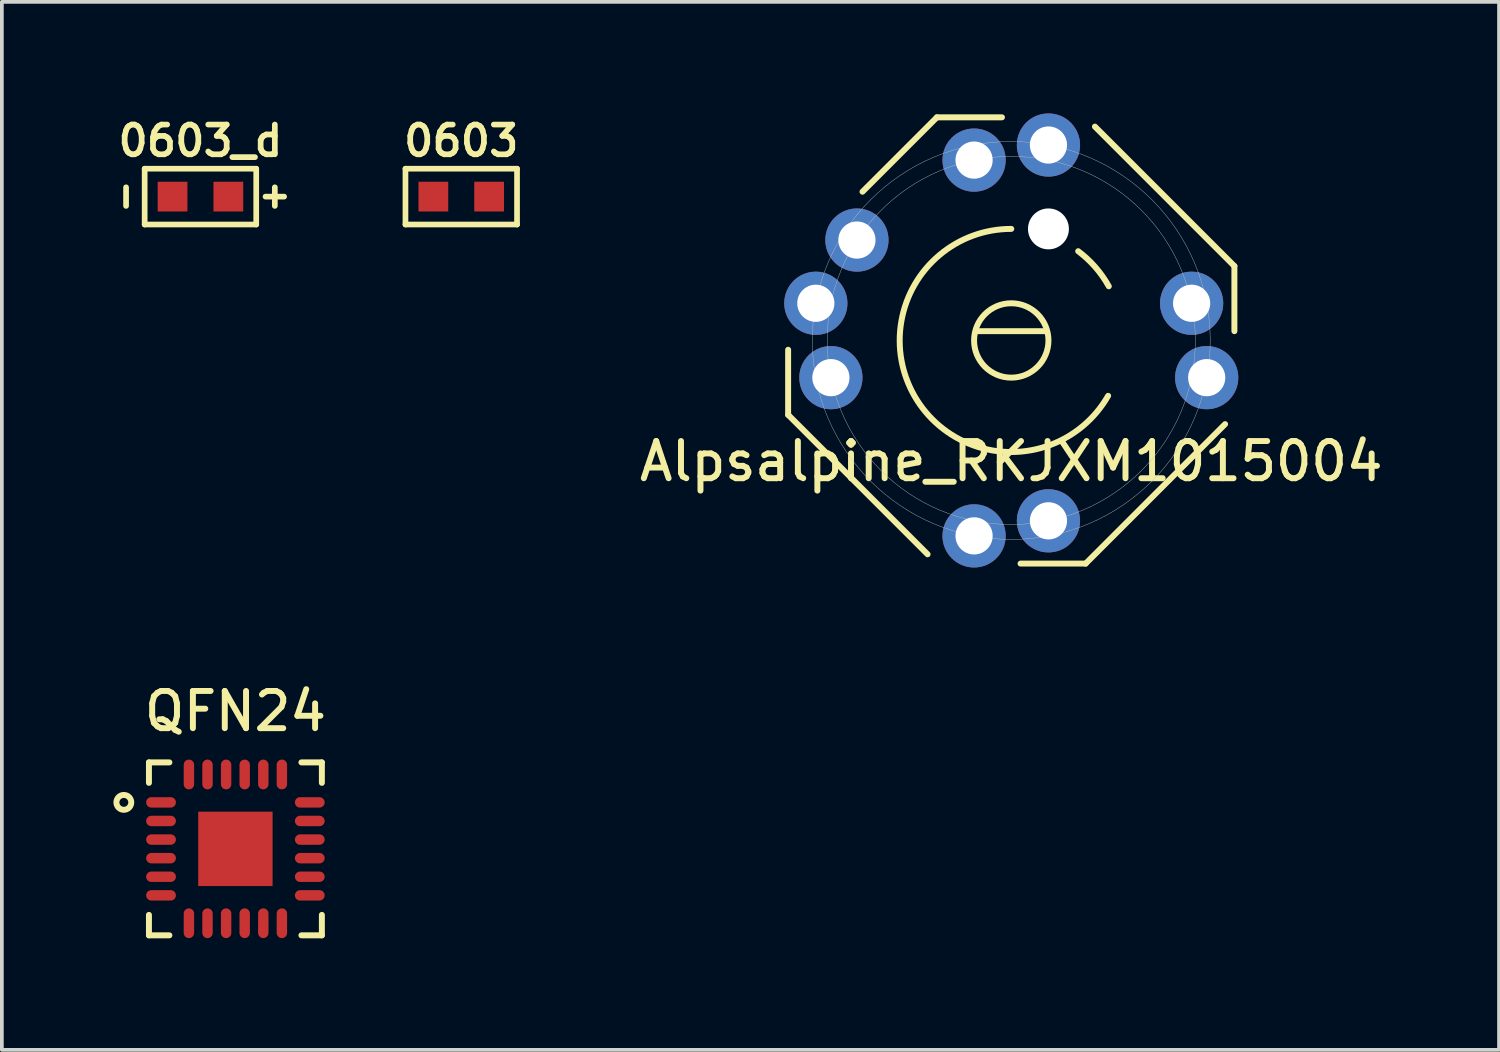
<source format=kicad_pcb>
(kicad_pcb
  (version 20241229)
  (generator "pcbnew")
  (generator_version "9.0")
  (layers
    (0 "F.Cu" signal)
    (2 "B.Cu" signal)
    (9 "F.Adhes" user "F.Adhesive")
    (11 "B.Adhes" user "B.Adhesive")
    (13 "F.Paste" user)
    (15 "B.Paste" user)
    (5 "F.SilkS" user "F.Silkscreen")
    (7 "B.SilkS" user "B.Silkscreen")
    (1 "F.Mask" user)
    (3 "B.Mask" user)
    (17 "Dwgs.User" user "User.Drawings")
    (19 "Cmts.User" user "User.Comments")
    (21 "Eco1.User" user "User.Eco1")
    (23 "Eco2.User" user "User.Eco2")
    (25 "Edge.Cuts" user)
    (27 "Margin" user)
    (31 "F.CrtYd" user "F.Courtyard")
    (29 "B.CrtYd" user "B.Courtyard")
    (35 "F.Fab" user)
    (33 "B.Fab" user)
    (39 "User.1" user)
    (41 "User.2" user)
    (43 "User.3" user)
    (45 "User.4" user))
  (footprint "Alpsalpine_RKJXM1015004"
    (layer "F.Cu")
    (at 24.143 6.105)
    (property "Reference" "Alpsalpine_RKJXM1015004" (at 0 3.25 0) (layer "F.SilkS") (effects (font (size 1 1) (thickness 0.16))))
    (attr through_hole)
    (fp_line (start -6 2) (end -6 0.25) (stroke (width 0.16) (type default)) (layer "F.SilkS"))
    (fp_line (start -4 -4) (end -2 -6) (stroke (width 0.16) (type default)) (layer "F.SilkS"))
    (fp_line (start -2.25 5.75) (end -6 2) (stroke (width 0.16) (type default)) (layer "F.SilkS"))
    (fp_line (start -2 -6) (end -0.25 -6) (stroke (width 0.16) (type default)) (layer "F.SilkS"))
    (fp_line (start -0.9 -0.25) (end 0.9 -0.25) (stroke (width 0.16) (type default)) (layer "F.SilkS"))
    (fp_line (start 2 6) (end 0.25 6) (stroke (width 0.16) (type default)) (layer "F.SilkS"))
    (fp_line (start 2.25 -5.75) (end 6 -2) (stroke (width 0.16) (type default)) (layer "F.SilkS"))
    (fp_line (start 5.75 2.25) (end 2 6) (stroke (width 0.16) (type default)) (layer "F.SilkS"))
    (fp_line (start 6 -2) (end 6 -0.25) (stroke (width 0.16) (type default)) (layer "F.SilkS"))
    (fp_arc (start 1.8 -2.4) (mid 2.260953 -1.971824) (end 2.622472 -1.456929) (stroke (width 0.16) (type default)) (layer "F.SilkS"))
    (fp_arc (start 2.604729 1.488417) (mid -2.59473 1.50578) (end 0 -3) (stroke (width 0.16) (type default)) (layer "F.SilkS"))
    (fp_circle (center 0 0) (end 1 0) (stroke (width 0.16) (type default)) (fill no) (layer "F.SilkS"))
    (fp_circle (center 0 0) (end 4.95 0) (stroke (width 0.01) (type solid)) (fill no) (layer "Dwgs.User"))
    (fp_circle (center 0 0) (end 5.35 0) (stroke (width 0.01) (type solid)) (fill no) (layer "Dwgs.User"))
    (pad "" np_thru_hole circle (at 1 -3) (size 1.1 1.1) (drill 1.1) (layers "*.Cu" "*.Mask"))
    (pad "1" thru_hole circle (at 1 4.85) (size 1.7 1.7) (drill 1) (layers "*.Cu" "*.Mask"))
    (pad "2" thru_hole circle (at 4.85 -1) (size 1.7 1.7) (drill 1) (layers "*.Cu" "*.Mask"))
    (pad "3" thru_hole circle (at -1 -4.85) (size 1.7 1.7) (drill 1) (layers "*.Cu" "*.Mask"))
    (pad "4" thru_hole circle (at -4.85 1) (size 1.7 1.7) (drill 1) (layers "*.Cu" "*.Mask"))
    (pad "5" thru_hole circle (at -5.255 -1) (size 1.7 1.7) (drill 1) (layers "*.Cu" "*.Mask"))
    (pad "5" thru_hole circle (at -1 5.255) (size 1.7 1.7) (drill 1) (layers "*.Cu" "*.Mask"))
    (pad "5" thru_hole circle (at 5.255 1) (size 1.7 1.7) (drill 1) (layers "*.Cu" "*.Mask"))
    (pad "6" thru_hole circle (at 1 -5.255) (size 1.7 1.7) (drill 1) (layers "*.Cu" "*.Mask"))
    (pad "7" thru_hole circle (at -4.15 -2.7) (size 1.7 1.7) (drill 1) (layers "*.Cu" "*.Mask")))
  (footprint "QFN24"
    (layer "F.Cu")
    (at 3.28 19.776)
    (property "Reference" "QFN24" (at 0 -3.7 0) (layer "F.SilkS") (effects (font (size 1 1) (thickness 0.16))))
    (attr smd)
    (fp_line (start -2.325 -2.325) (end -2.325 -1.775) (stroke (width 0.16) (type solid)) (layer "F.SilkS"))
    (fp_line (start -2.325 -2.325) (end -1.775 -2.325) (stroke (width 0.16) (type solid)) (layer "F.SilkS"))
    (fp_line (start -2.325 2.325) (end -2.325 1.775) (stroke (width 0.16) (type solid)) (layer "F.SilkS"))
    (fp_line (start -2.325 2.325) (end -1.775 2.325) (stroke (width 0.16) (type solid)) (layer "F.SilkS"))
    (fp_line (start 2.325 -2.325) (end 1.775 -2.325) (stroke (width 0.16) (type solid)) (layer "F.SilkS"))
    (fp_line (start 2.325 -2.325) (end 2.325 -1.775) (stroke (width 0.16) (type solid)) (layer "F.SilkS"))
    (fp_line (start 2.325 2.325) (end 1.775 2.325) (stroke (width 0.16) (type solid)) (layer "F.SilkS"))
    (fp_line (start 2.325 2.325) (end 2.325 1.775) (stroke (width 0.16) (type solid)) (layer "F.SilkS"))
    (fp_circle (center -3 -1.25) (end -3 -1.45) (stroke (width 0.16) (type solid)) (fill no) (layer "F.SilkS"))
    (pad "" smd rect (at 0 0 270) (size 2 2) (layers "F.Cu" "F.Mask" "F.Paste"))
    (pad "1" smd oval (at -2 -1.25 270) (size 0.28 0.8) (layers "F.Cu" "F.Mask" "F.Paste"))
    (pad "2" smd oval (at -2 -0.75 270) (size 0.28 0.8) (layers "F.Cu" "F.Mask" "F.Paste"))
    (pad "3" smd oval (at -2 -0.25 270) (size 0.28 0.8) (layers "F.Cu" "F.Mask" "F.Paste"))
    (pad "4" smd oval (at -2 0.25 270) (size 0.28 0.8) (layers "F.Cu" "F.Mask" "F.Paste"))
    (pad "5" smd oval (at -2 0.75 270) (size 0.28 0.8) (layers "F.Cu" "F.Mask" "F.Paste"))
    (pad "6" smd oval (at -2 1.25 270) (size 0.28 0.8) (layers "F.Cu" "F.Mask" "F.Paste"))
    (pad "7" smd oval (at -1.25 2) (size 0.28 0.8) (layers "F.Cu" "F.Mask" "F.Paste"))
    (pad "8" smd oval (at -0.75 2) (size 0.28 0.8) (layers "F.Cu" "F.Mask" "F.Paste"))
    (pad "9" smd oval (at -0.25 2) (size 0.28 0.8) (layers "F.Cu" "F.Mask" "F.Paste"))
    (pad "10" smd oval (at 0.25 2) (size 0.28 0.8) (layers "F.Cu" "F.Mask" "F.Paste"))
    (pad "11" smd oval (at 0.75 2) (size 0.28 0.8) (layers "F.Cu" "F.Mask" "F.Paste"))
    (pad "12" smd oval (at 1.25 2) (size 0.28 0.8) (layers "F.Cu" "F.Mask" "F.Paste"))
    (pad "13" smd oval (at 2 1.25 270) (size 0.28 0.8) (layers "F.Cu" "F.Mask" "F.Paste"))
    (pad "14" smd oval (at 2 0.75 270) (size 0.28 0.8) (layers "F.Cu" "F.Mask" "F.Paste"))
    (pad "15" smd oval (at 2 0.25 270) (size 0.28 0.8) (layers "F.Cu" "F.Mask" "F.Paste"))
    (pad "16" smd oval (at 2 -0.25 270) (size 0.28 0.8) (layers "F.Cu" "F.Mask" "F.Paste"))
    (pad "17" smd oval (at 2 -0.75 270) (size 0.28 0.8) (layers "F.Cu" "F.Mask" "F.Paste"))
    (pad "18" smd oval (at 2 -1.25 270) (size 0.28 0.8) (layers "F.Cu" "F.Mask" "F.Paste"))
    (pad "19" smd oval (at 1.25 -2) (size 0.28 0.8) (layers "F.Cu" "F.Mask" "F.Paste"))
    (pad "20" smd oval (at 0.75 -2) (size 0.28 0.8) (layers "F.Cu" "F.Mask" "F.Paste"))
    (pad "21" smd oval (at 0.25 -2) (size 0.28 0.8) (layers "F.Cu" "F.Mask" "F.Paste"))
    (pad "22" smd oval (at -0.25 -2) (size 0.28 0.8) (layers "F.Cu" "F.Mask" "F.Paste"))
    (pad "23" smd oval (at -0.75 -2) (size 0.28 0.8) (layers "F.Cu" "F.Mask" "F.Paste"))
    (pad "24" smd oval (at -1.25 -2) (size 0.28 0.8) (layers "F.Cu" "F.Mask" "F.Paste"))
    (zone (net_name "") (layer "F.Cu") (hatch edge 0.5) (connect_pads) (min_thickness 0.25) (filled_areas_thickness no) (keepout (tracks allowed) (vias allowed) (pads allowed) (copperpour not_allowed) (footprints allowed)) (placement (enabled no)) (fill) (polygon (pts (xy 5.28 17.776) (xy 5.28 21.776) (xy 1.28 21.776) (xy 1.33 17.776)))))
  (footprint "0603"
    (layer "F.Cu")
    (at 9.353 2.237)
    (property "Reference" "0603" (at 0 -1.5 0) (layer "F.SilkS") (effects (font (size 0.8 0.8) (thickness 0.153))))
    (attr smd)
    (fp_line (start -1.5 -0.75) (end -1.5 0.75) (stroke (width 0.153) (type solid)) (layer "F.SilkS"))
    (fp_line (start -1.5 -0.75) (end 1.5 -0.75) (stroke (width 0.153) (type solid)) (layer "F.SilkS"))
    (fp_line (start -1.5 0.75) (end 1.5 0.75) (stroke (width 0.153) (type solid)) (layer "F.SilkS"))
    (fp_line (start 1.5 -0.75) (end 1.5 0.75) (stroke (width 0.153) (type solid)) (layer "F.SilkS"))
    (pad "1" smd rect (at -0.75 0) (size 0.8 0.8) (layers "F.Cu" "F.Mask" "F.Paste"))
    (pad "2" smd rect (at 0.75 0) (size 0.8 0.8) (layers "F.Cu" "F.Mask" "F.Paste")))
  (footprint "0603_d"
    (layer "F.Cu")
    (at 2.34 2.237)
    (property "Reference" "0603_d" (at 0 -1.5 0) (layer "F.SilkS") (effects (font (size 0.8 0.8) (thickness 0.153))))
    (attr smd)
    (fp_line (start -2 0.25) (end -2 -0.25) (stroke (width 0.153) (type solid)) (layer "F.SilkS"))
    (fp_line (start -1.5 -0.75) (end -1.5 0.75) (stroke (width 0.153) (type solid)) (layer "F.SilkS"))
    (fp_line (start -1.5 -0.75) (end 1.5 -0.75) (stroke (width 0.153) (type solid)) (layer "F.SilkS"))
    (fp_line (start -1.5 0.75) (end 1.5 0.75) (stroke (width 0.153) (type solid)) (layer "F.SilkS"))
    (fp_line (start 1.5 -0.75) (end 1.5 0.75) (stroke (width 0.153) (type solid)) (layer "F.SilkS"))
    (fp_line (start 1.75 0) (end 2.25 0) (stroke (width 0.153) (type solid)) (layer "F.SilkS"))
    (fp_line (start 2 -0.25) (end 2 0.25) (stroke (width 0.153) (type solid)) (layer "F.SilkS"))
    (pad "1" smd rect (at -0.75 0) (size 0.8 0.8) (layers "F.Cu" "F.Mask" "F.Paste"))
    (pad "2" smd rect (at 0.75 0) (size 0.8 0.8) (layers "F.Cu" "F.Mask" "F.Paste")))
  (gr_rect
    (start -3 -3)
    (end 37.259 25.181)
    (stroke (width 0.1) (type default))
    (fill no)
    (layer "Edge.Cuts")))
</source>
